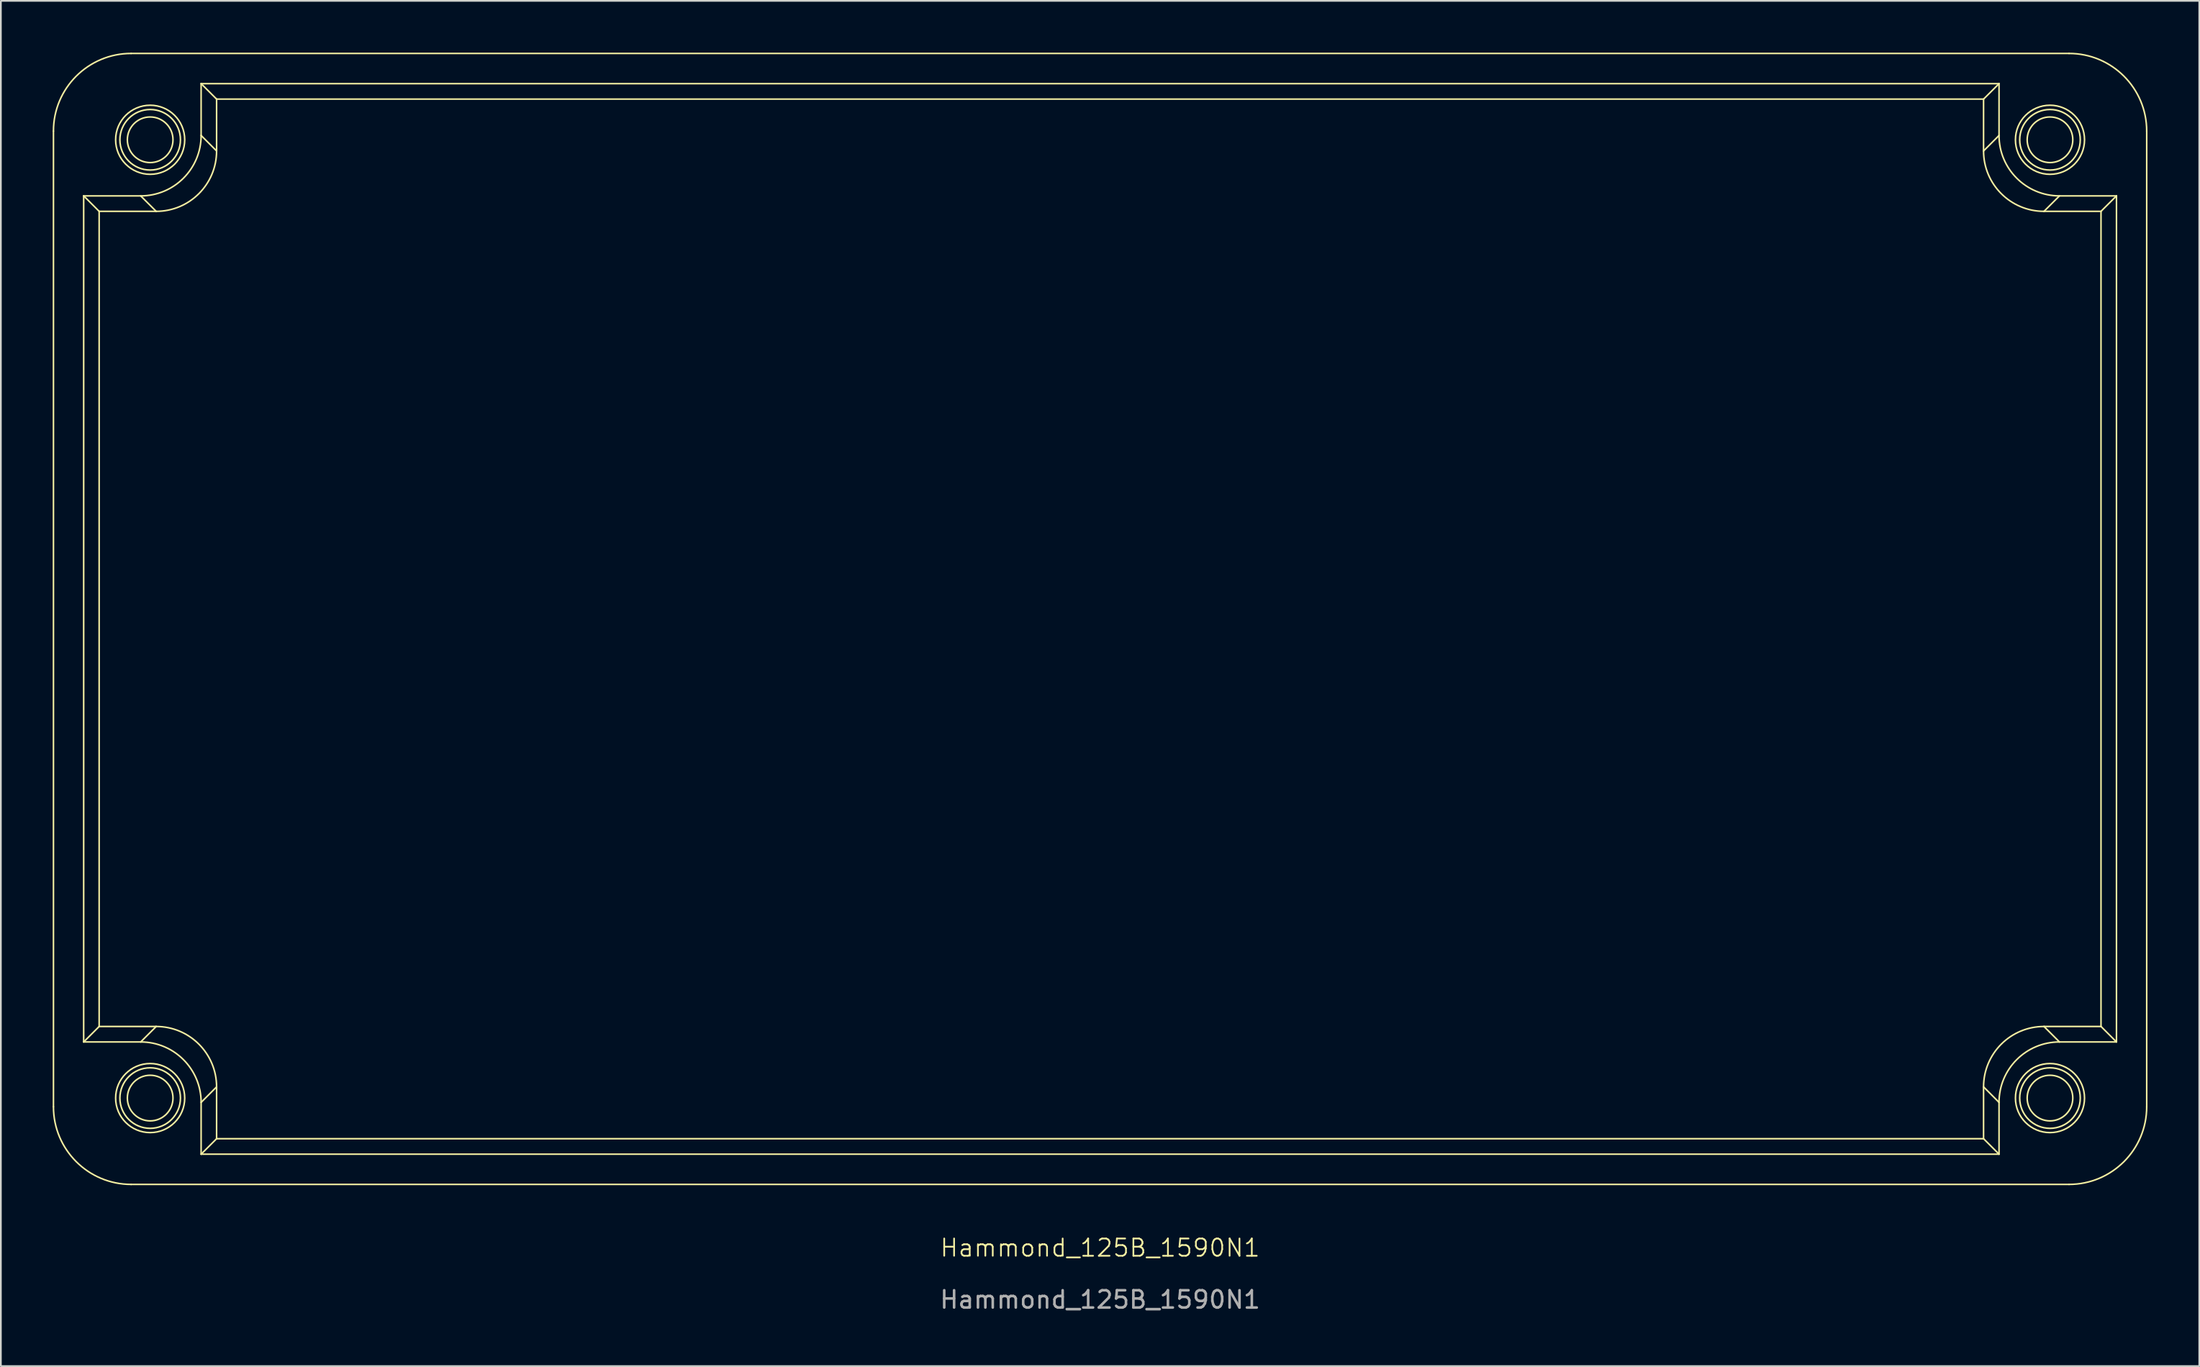
<source format=kicad_pcb>
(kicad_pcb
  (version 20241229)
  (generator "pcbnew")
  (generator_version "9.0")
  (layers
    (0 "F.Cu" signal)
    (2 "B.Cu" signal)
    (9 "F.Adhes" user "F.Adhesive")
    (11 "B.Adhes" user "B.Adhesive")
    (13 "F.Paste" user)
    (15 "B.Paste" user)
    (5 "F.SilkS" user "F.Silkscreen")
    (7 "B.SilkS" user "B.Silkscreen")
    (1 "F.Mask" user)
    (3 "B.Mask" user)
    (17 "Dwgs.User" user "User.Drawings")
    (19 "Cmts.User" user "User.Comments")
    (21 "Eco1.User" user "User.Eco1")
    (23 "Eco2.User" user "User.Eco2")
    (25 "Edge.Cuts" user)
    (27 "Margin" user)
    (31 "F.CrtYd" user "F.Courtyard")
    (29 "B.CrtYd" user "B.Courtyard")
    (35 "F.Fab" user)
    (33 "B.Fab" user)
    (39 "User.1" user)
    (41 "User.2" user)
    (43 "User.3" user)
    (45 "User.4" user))
  (footprint "Hammond_125B_1590N1"
    (layer "F.Cu")
    (at 60.645 31.72)
    (property "Reference" "Hammond_125B_1590N1" (at 0 37.5 0) (unlocked yes) (layer "F.SilkS") (effects (font (size 1 1) (thickness 0.1))))
    (fp_line (start -60.6 29.326) (end -60.6 -27.177) (stroke (width 0.09) (type solid)) (layer "F.SilkS"))
    (fp_line (start -58.85 -23.425) (end -57.954 -22.53) (stroke (width 0.09) (type solid)) (layer "F.SilkS"))
    (fp_line (start -58.85 -23.425) (end -55.549 -23.425) (stroke (width 0.09) (type solid)) (layer "F.SilkS"))
    (fp_line (start -58.85 25.575) (end -58.85 -23.425) (stroke (width 0.09) (type solid)) (layer "F.SilkS"))
    (fp_line (start -58.85 25.575) (end -57.954 24.679) (stroke (width 0.09) (type solid)) (layer "F.SilkS"))
    (fp_line (start -57.954 -22.53) (end -57.954 24.679) (stroke (width 0.09) (type solid)) (layer "F.SilkS"))
    (fp_line (start -57.954 24.679) (end -54.653 24.679) (stroke (width 0.09) (type solid)) (layer "F.SilkS"))
    (fp_line (start -56.102 -31.675) (end 56.102 -31.675) (stroke (width 0.09) (type solid)) (layer "F.SilkS"))
    (fp_line (start -55.549 -23.425) (end -54.653 -22.53) (stroke (width 0.09) (type solid)) (layer "F.SilkS"))
    (fp_line (start -55.549 25.575) (end -58.85 25.575) (stroke (width 0.09) (type solid)) (layer "F.SilkS"))
    (fp_line (start -54.653 -22.53) (end -57.954 -22.53) (stroke (width 0.09) (type solid)) (layer "F.SilkS"))
    (fp_line (start -54.653 24.679) (end -55.549 25.575) (stroke (width 0.09) (type solid)) (layer "F.SilkS"))
    (fp_line (start -52.05 -29.925) (end -51.154 -29.03) (stroke (width 0.09) (type solid)) (layer "F.SilkS"))
    (fp_line (start -52.05 -29.925) (end 52.05 -29.925) (stroke (width 0.09) (type solid)) (layer "F.SilkS"))
    (fp_line (start -52.05 -26.924) (end -52.05 -29.925) (stroke (width 0.09) (type solid)) (layer "F.SilkS"))
    (fp_line (start -52.05 29.074) (end -51.154 28.178) (stroke (width 0.09) (type solid)) (layer "F.SilkS"))
    (fp_line (start -52.05 32.075) (end -52.05 29.074) (stroke (width 0.09) (type solid)) (layer "F.SilkS"))
    (fp_line (start -52.05 32.075) (end -51.154 31.179) (stroke (width 0.09) (type solid)) (layer "F.SilkS"))
    (fp_line (start -51.154 -29.03) (end -51.154 -26.028) (stroke (width 0.09) (type solid)) (layer "F.SilkS"))
    (fp_line (start -51.154 -26.028) (end -52.05 -26.924) (stroke (width 0.09) (type solid)) (layer "F.SilkS"))
    (fp_line (start -51.154 28.178) (end -51.154 31.179) (stroke (width 0.09) (type solid)) (layer "F.SilkS"))
    (fp_line (start -51.154 31.179) (end 51.154 31.179) (stroke (width 0.09) (type solid)) (layer "F.SilkS"))
    (fp_line (start 51.154 -29.03) (end -51.154 -29.03) (stroke (width 0.09) (type solid)) (layer "F.SilkS"))
    (fp_line (start 51.154 -26.028) (end 51.154 -29.03) (stroke (width 0.09) (type solid)) (layer "F.SilkS"))
    (fp_line (start 51.154 28.178) (end 52.05 29.074) (stroke (width 0.09) (type solid)) (layer "F.SilkS"))
    (fp_line (start 51.154 31.179) (end 51.154 28.178) (stroke (width 0.09) (type solid)) (layer "F.SilkS"))
    (fp_line (start 52.05 -29.925) (end 51.154 -29.03) (stroke (width 0.09) (type solid)) (layer "F.SilkS"))
    (fp_line (start 52.05 -29.925) (end 52.05 -26.924) (stroke (width 0.09) (type solid)) (layer "F.SilkS"))
    (fp_line (start 52.05 -26.924) (end 51.154 -26.028) (stroke (width 0.09) (type solid)) (layer "F.SilkS"))
    (fp_line (start 52.05 29.074) (end 52.05 32.075) (stroke (width 0.09) (type solid)) (layer "F.SilkS"))
    (fp_line (start 52.05 32.075) (end -52.05 32.075) (stroke (width 0.09) (type solid)) (layer "F.SilkS"))
    (fp_line (start 52.05 32.075) (end 51.154 31.179) (stroke (width 0.09) (type solid)) (layer "F.SilkS"))
    (fp_line (start 54.653 -22.53) (end 55.549 -23.425) (stroke (width 0.09) (type solid)) (layer "F.SilkS"))
    (fp_line (start 54.653 24.679) (end 57.954 24.679) (stroke (width 0.09) (type solid)) (layer "F.SilkS"))
    (fp_line (start 55.549 -23.425) (end 58.85 -23.425) (stroke (width 0.09) (type solid)) (layer "F.SilkS"))
    (fp_line (start 55.549 25.575) (end 54.653 24.679) (stroke (width 0.09) (type solid)) (layer "F.SilkS"))
    (fp_line (start 56.102 33.825) (end -56.102 33.825) (stroke (width 0.09) (type solid)) (layer "F.SilkS"))
    (fp_line (start 57.954 -22.53) (end 54.653 -22.53) (stroke (width 0.09) (type solid)) (layer "F.SilkS"))
    (fp_line (start 57.954 24.679) (end 57.954 -22.53) (stroke (width 0.09) (type solid)) (layer "F.SilkS"))
    (fp_line (start 58.85 -23.425) (end 57.954 -22.53) (stroke (width 0.09) (type solid)) (layer "F.SilkS"))
    (fp_line (start 58.85 -23.425) (end 58.85 25.575) (stroke (width 0.09) (type solid)) (layer "F.SilkS"))
    (fp_line (start 58.85 25.575) (end 55.549 25.575) (stroke (width 0.09) (type solid)) (layer "F.SilkS"))
    (fp_line (start 58.85 25.575) (end 57.954 24.679) (stroke (width 0.09) (type solid)) (layer "F.SilkS"))
    (fp_line (start 60.6 -27.177) (end 60.6 29.326) (stroke (width 0.09) (type solid)) (layer "F.SilkS"))
    (fp_circle (center -55 -26.675) (end -53.679 -26.675) (stroke (width 0.09) (type solid)) (fill no) (layer "F.SilkS"))
    (fp_circle (center -55 -26.675) (end -53.247 -26.675) (stroke (width 0.09) (type solid)) (fill no) (layer "F.SilkS"))
    (fp_circle (center -55 -26.675) (end -53 -26.675) (stroke (width 0.09) (type solid)) (fill no) (layer "F.SilkS"))
    (fp_circle (center -55 28.825) (end -53.679 28.825) (stroke (width 0.09) (type solid)) (fill no) (layer "F.SilkS"))
    (fp_circle (center -55 28.825) (end -53.247 28.825) (stroke (width 0.09) (type solid)) (fill no) (layer "F.SilkS"))
    (fp_circle (center -55 28.825) (end -53 28.825) (stroke (width 0.09) (type solid)) (fill no) (layer "F.SilkS"))
    (fp_circle (center 55 -26.675) (end 56.321 -26.675) (stroke (width 0.09) (type solid)) (fill no) (layer "F.SilkS"))
    (fp_circle (center 55 -26.675) (end 56.753 -26.675) (stroke (width 0.09) (type solid)) (fill no) (layer "F.SilkS"))
    (fp_circle (center 55 -26.675) (end 57 -26.675) (stroke (width 0.09) (type solid)) (fill no) (layer "F.SilkS"))
    (fp_circle (center 55 28.825) (end 56.321 28.825) (stroke (width 0.09) (type solid)) (fill no) (layer "F.SilkS"))
    (fp_circle (center 55 28.825) (end 56.753 28.825) (stroke (width 0.09) (type solid)) (fill no) (layer "F.SilkS"))
    (fp_circle (center 55 28.825) (end 57 28.825) (stroke (width 0.09) (type solid)) (fill no) (layer "F.SilkS"))
    (fp_curve (pts (xy -60.6 29.326) (xy -60.6 31.811) (xy -58.586 33.825) (xy -56.102 33.825)) (stroke (width 0.09) (type solid)) (layer "F.SilkS"))
    (fp_curve (pts (xy -56.102 -31.675) (xy -58.586 -31.675) (xy -60.6 -29.662) (xy -60.6 -27.177)) (stroke (width 0.09) (type solid)) (layer "F.SilkS"))
    (fp_curve (pts (xy -55.549 -23.425) (xy -53.616 -23.425) (xy -52.05 -24.991) (xy -52.05 -26.924)) (stroke (width 0.09) (type solid)) (layer "F.SilkS"))
    (fp_curve (pts (xy -54.653 -22.53) (xy -52.721 -22.53) (xy -51.154 -24.096) (xy -51.154 -26.028)) (stroke (width 0.09) (type solid)) (layer "F.SilkS"))
    (fp_curve (pts (xy -52.05 29.074) (xy -52.05 27.141) (xy -53.616 25.575) (xy -55.549 25.575)) (stroke (width 0.09) (type solid)) (layer "F.SilkS"))
    (fp_curve (pts (xy -51.154 28.178) (xy -51.154 26.245) (xy -52.721 24.679) (xy -54.653 24.679)) (stroke (width 0.09) (type solid)) (layer "F.SilkS"))
    (fp_curve (pts (xy 51.154 -26.028) (xy 51.154 -24.096) (xy 52.721 -22.53) (xy 54.653 -22.53)) (stroke (width 0.09) (type solid)) (layer "F.SilkS"))
    (fp_curve (pts (xy 52.05 -26.924) (xy 52.05 -24.991) (xy 53.616 -23.425) (xy 55.549 -23.425)) (stroke (width 0.09) (type solid)) (layer "F.SilkS"))
    (fp_curve (pts (xy 54.653 24.679) (xy 52.721 24.679) (xy 51.154 26.245) (xy 51.154 28.178)) (stroke (width 0.09) (type solid)) (layer "F.SilkS"))
    (fp_curve (pts (xy 55.549 25.575) (xy 53.616 25.575) (xy 52.05 27.141) (xy 52.05 29.074)) (stroke (width 0.09) (type solid)) (layer "F.SilkS"))
    (fp_curve (pts (xy 56.102 33.825) (xy 58.586 33.825) (xy 60.6 31.811) (xy 60.6 29.326)) (stroke (width 0.09) (type solid)) (layer "F.SilkS"))
    (fp_curve (pts (xy 60.6 -27.177) (xy 60.6 -29.662) (xy 58.586 -31.675) (xy 56.102 -31.675)) (stroke (width 0.09) (type solid)) (layer "F.SilkS"))
    (fp_text user "${REFERENCE}" (at 0 40.5 0) (unlocked yes) (layer "F.Fab") (effects (font (size 1 1) (thickness 0.15)))))
  (gr_rect
    (start -3 -3)
    (end 124.29 76.068)
    (stroke (width 0.1) (type default))
    (fill no)
    (layer "Edge.Cuts")))
</source>
